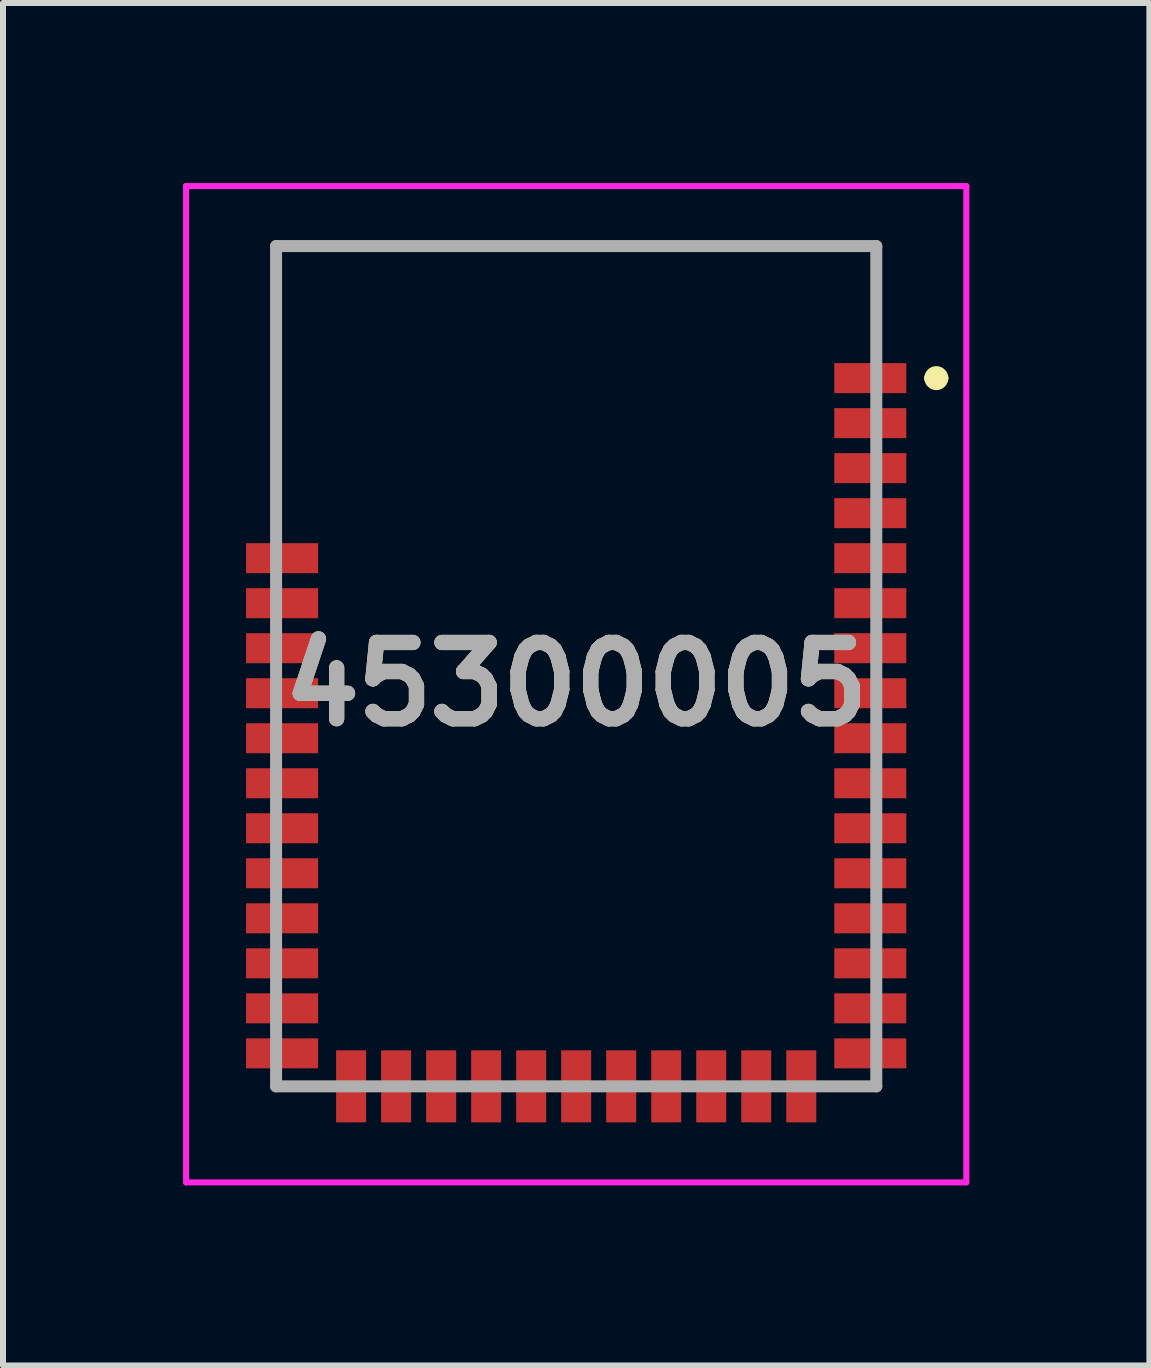
<source format=kicad_pcb>
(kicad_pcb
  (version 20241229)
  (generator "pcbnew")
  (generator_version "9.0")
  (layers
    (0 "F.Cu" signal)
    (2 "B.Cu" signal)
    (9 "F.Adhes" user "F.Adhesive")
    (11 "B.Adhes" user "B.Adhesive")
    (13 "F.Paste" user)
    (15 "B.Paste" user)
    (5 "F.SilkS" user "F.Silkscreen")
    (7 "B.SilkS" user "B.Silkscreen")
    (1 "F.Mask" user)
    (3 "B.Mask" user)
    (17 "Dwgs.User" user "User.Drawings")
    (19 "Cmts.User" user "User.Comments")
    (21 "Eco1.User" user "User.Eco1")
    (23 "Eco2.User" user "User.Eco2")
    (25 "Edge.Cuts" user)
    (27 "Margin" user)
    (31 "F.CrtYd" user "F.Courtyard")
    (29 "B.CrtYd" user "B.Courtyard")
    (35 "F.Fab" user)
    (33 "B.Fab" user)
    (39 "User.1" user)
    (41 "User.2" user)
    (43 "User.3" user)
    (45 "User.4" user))
  (footprint "45300005"
    (layer "F.Cu")
    (at 6.55 8.05)
    (property "Reference" "45300005" (at 0 0.3 0) (layer "F.SilkS") (effects (font (size 1.27 1.27) (thickness 0.254))))
    (attr smd)
    (fp_line (start -5 -7) (end 5 -7) (stroke (width 0.1) (type solid)) (layer "F.SilkS"))
    (fp_line (start -5 -3) (end -5 -7) (stroke (width 0.1) (type solid)) (layer "F.SilkS"))
    (fp_line (start -4.5 7) (end -5 7) (stroke (width 0.1) (type solid)) (layer "F.SilkS"))
    (fp_line (start 4.5 7) (end 5 7) (stroke (width 0.1) (type solid)) (layer "F.SilkS"))
    (fp_line (start 5 -7) (end 5 -6) (stroke (width 0.1) (type solid)) (layer "F.SilkS"))
    (fp_line (start 5.9 -4.8) (end 5.9 -4.8) (stroke (width 0.2) (type solid)) (layer "F.SilkS"))
    (fp_line (start 6.1 -4.8) (end 6.1 -4.8) (stroke (width 0.2) (type solid)) (layer "F.SilkS"))
    (fp_arc (start 5.9 -4.8) (mid 6 -4.9) (end 6.1 -4.8) (stroke (width 0.2) (type solid)) (layer "F.SilkS"))
    (fp_arc (start 6.1 -4.8) (mid 6 -4.7) (end 5.9 -4.8) (stroke (width 0.2) (type solid)) (layer "F.SilkS"))
    (fp_line (start -6.5 -8) (end 6.5 -8) (stroke (width 0.1) (type solid)) (layer "F.CrtYd"))
    (fp_line (start -6.5 8.6) (end -6.5 -8) (stroke (width 0.1) (type solid)) (layer "F.CrtYd"))
    (fp_line (start 6.5 -8) (end 6.5 8.6) (stroke (width 0.1) (type solid)) (layer "F.CrtYd"))
    (fp_line (start 6.5 8.6) (end -6.5 8.6) (stroke (width 0.1) (type solid)) (layer "F.CrtYd"))
    (fp_line (start -5 -7) (end 5 -7) (stroke (width 0.2) (type solid)) (layer "F.Fab"))
    (fp_line (start -5 7) (end -5 -7) (stroke (width 0.2) (type solid)) (layer "F.Fab"))
    (fp_line (start 5 -7) (end 5 7) (stroke (width 0.2) (type solid)) (layer "F.Fab"))
    (fp_line (start 5 7) (end -5 7) (stroke (width 0.2) (type solid)) (layer "F.Fab"))
    (fp_text user "${REFERENCE}" (at 0 0.3 0) (layer "F.Fab") (effects (font (size 1.27 1.27) (thickness 0.254))))
    (pad "1" smd rect (at 4.9 -4.8 90) (size 0.5 1.2) (layers "F.Cu" "F.Mask" "F.Paste"))
    (pad "2" smd rect (at 4.9 -4.05 90) (size 0.5 1.2) (layers "F.Cu" "F.Mask" "F.Paste"))
    (pad "3" smd rect (at 4.9 -3.3 90) (size 0.5 1.2) (layers "F.Cu" "F.Mask" "F.Paste"))
    (pad "4" smd rect (at 4.9 -2.55 90) (size 0.5 1.2) (layers "F.Cu" "F.Mask" "F.Paste"))
    (pad "5" smd rect (at 4.9 -1.8 90) (size 0.5 1.2) (layers "F.Cu" "F.Mask" "F.Paste"))
    (pad "6" smd rect (at 4.9 -1.05 90) (size 0.5 1.2) (layers "F.Cu" "F.Mask" "F.Paste"))
    (pad "7" smd rect (at 4.9 -0.3 90) (size 0.5 1.2) (layers "F.Cu" "F.Mask" "F.Paste"))
    (pad "8" smd rect (at 4.9 0.45 90) (size 0.5 1.2) (layers "F.Cu" "F.Mask" "F.Paste"))
    (pad "9" smd rect (at 4.9 1.2 90) (size 0.5 1.2) (layers "F.Cu" "F.Mask" "F.Paste"))
    (pad "10" smd rect (at 4.9 1.95 90) (size 0.5 1.2) (layers "F.Cu" "F.Mask" "F.Paste"))
    (pad "11" smd rect (at 4.9 2.7 90) (size 0.5 1.2) (layers "F.Cu" "F.Mask" "F.Paste"))
    (pad "12" smd rect (at 4.9 3.45 90) (size 0.5 1.2) (layers "F.Cu" "F.Mask" "F.Paste"))
    (pad "13" smd rect (at 4.9 4.2 90) (size 0.5 1.2) (layers "F.Cu" "F.Mask" "F.Paste"))
    (pad "14" smd rect (at 4.9 4.95 90) (size 0.5 1.2) (layers "F.Cu" "F.Mask" "F.Paste"))
    (pad "15" smd rect (at 4.9 5.7 90) (size 0.5 1.2) (layers "F.Cu" "F.Mask" "F.Paste"))
    (pad "16" smd rect (at 4.9 6.45 90) (size 0.5 1.2) (layers "F.Cu" "F.Mask" "F.Paste"))
    (pad "17" smd rect (at 3.75 7) (size 0.5 1.2) (layers "F.Cu" "F.Mask" "F.Paste"))
    (pad "18" smd rect (at 3 7) (size 0.5 1.2) (layers "F.Cu" "F.Mask" "F.Paste"))
    (pad "19" smd rect (at 2.25 7) (size 0.5 1.2) (layers "F.Cu" "F.Mask" "F.Paste"))
    (pad "20" smd rect (at 1.5 7) (size 0.5 1.2) (layers "F.Cu" "F.Mask" "F.Paste"))
    (pad "21" smd rect (at 0.75 7) (size 0.5 1.2) (layers "F.Cu" "F.Mask" "F.Paste"))
    (pad "22" smd rect (at 0 7) (size 0.5 1.2) (layers "F.Cu" "F.Mask" "F.Paste"))
    (pad "23" smd rect (at -0.75 7) (size 0.5 1.2) (layers "F.Cu" "F.Mask" "F.Paste"))
    (pad "24" smd rect (at -1.5 7) (size 0.5 1.2) (layers "F.Cu" "F.Mask" "F.Paste"))
    (pad "25" smd rect (at -2.25 7) (size 0.5 1.2) (layers "F.Cu" "F.Mask" "F.Paste"))
    (pad "26" smd rect (at -3 7) (size 0.5 1.2) (layers "F.Cu" "F.Mask" "F.Paste"))
    (pad "27" smd rect (at -3.75 7) (size 0.5 1.2) (layers "F.Cu" "F.Mask" "F.Paste"))
    (pad "28" smd rect (at -4.9 6.45 90) (size 0.5 1.2) (layers "F.Cu" "F.Mask" "F.Paste"))
    (pad "29" smd rect (at -4.9 5.7 90) (size 0.5 1.2) (layers "F.Cu" "F.Mask" "F.Paste"))
    (pad "30" smd rect (at -4.9 4.95 90) (size 0.5 1.2) (layers "F.Cu" "F.Mask" "F.Paste"))
    (pad "31" smd rect (at -4.9 4.2 90) (size 0.5 1.2) (layers "F.Cu" "F.Mask" "F.Paste"))
    (pad "32" smd rect (at -4.9 3.45 90) (size 0.5 1.2) (layers "F.Cu" "F.Mask" "F.Paste"))
    (pad "33" smd rect (at -4.9 2.7 90) (size 0.5 1.2) (layers "F.Cu" "F.Mask" "F.Paste"))
    (pad "34" smd rect (at -4.9 1.95 90) (size 0.5 1.2) (layers "F.Cu" "F.Mask" "F.Paste"))
    (pad "35" smd rect (at -4.9 1.2 90) (size 0.5 1.2) (layers "F.Cu" "F.Mask" "F.Paste"))
    (pad "36" smd rect (at -4.9 0.45 90) (size 0.5 1.2) (layers "F.Cu" "F.Mask" "F.Paste"))
    (pad "37" smd rect (at -4.9 -0.3 90) (size 0.5 1.2) (layers "F.Cu" "F.Mask" "F.Paste"))
    (pad "38" smd rect (at -4.9 -1.05 90) (size 0.5 1.2) (layers "F.Cu" "F.Mask" "F.Paste"))
    (pad "39" smd rect (at -4.9 -1.8 90) (size 0.5 1.2) (layers "F.Cu" "F.Mask" "F.Paste")))
  (gr_rect
    (start -3 -3)
    (end 16.1 19.7)
    (stroke (width 0.1) (type default))
    (fill no)
    (layer "Edge.Cuts")))
</source>
